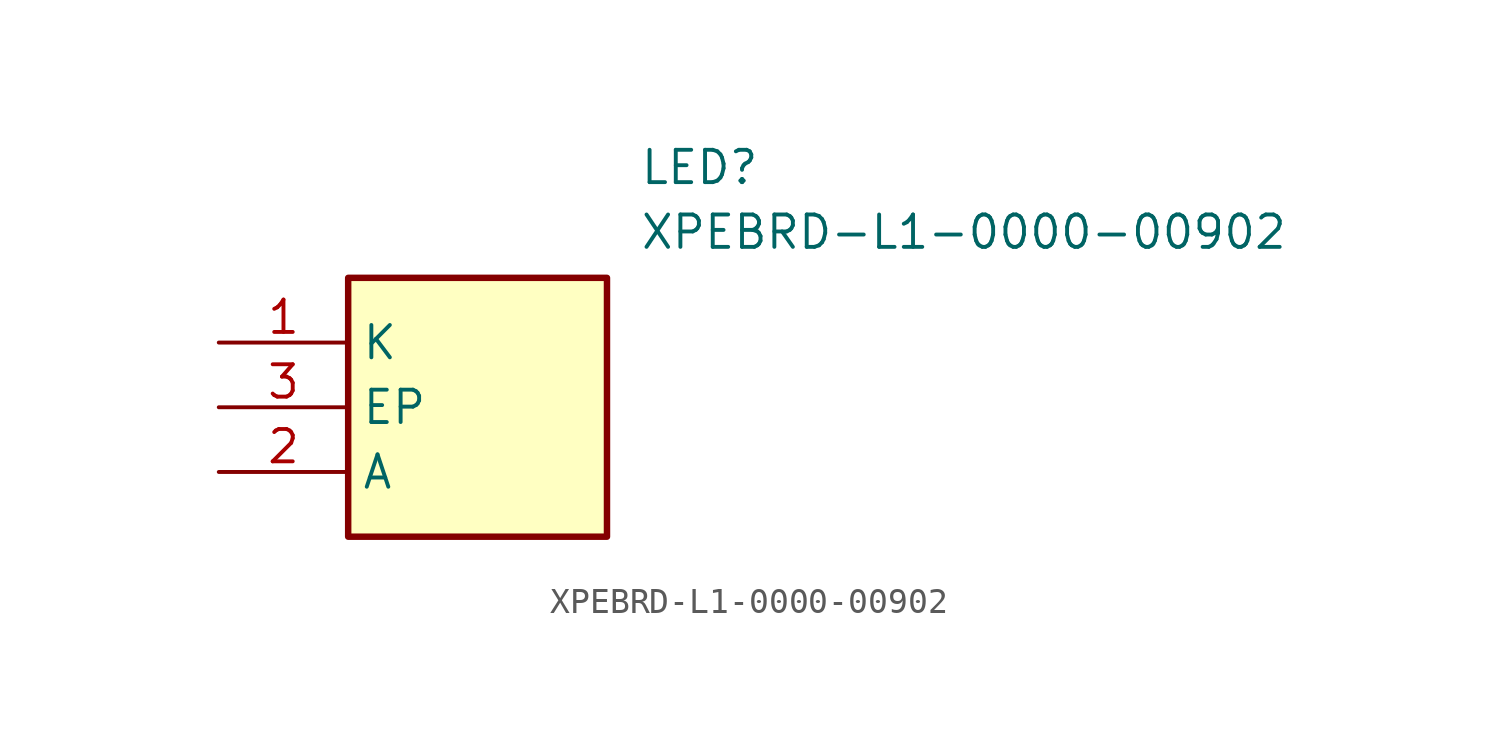
<source format=kicad_sym>
(kicad_symbol_lib
  (version 20211014)
  (generator SamacSys_ECAD_Model)
  (symbol "XPEBRD-L1-0000-00902"
    (property "Reference" "LED"
      (at 16.51 7.62 0)
      (effects (font (size 1.27 1.27)) (justify left top)))
    (property "Value" "XPEBRD-L1-0000-00902"
      (at 16.51 5.08 0)
      (effects (font (size 1.27 1.27)) (justify left top)))
    (rectangle
      (start 5.08 2.54)
      (end 15.24 -7.62)
      (stroke (width 0.254) (type default))
      (fill (type background)))
    (pin passive line
      (at 0 0 0)
      (length 5.08)
      (name "K" (effects (font (size 1.27 1.27))))
      (number "1" (effects (font (size 1.27 1.27)))))
    (pin passive line
      (at 0 -5.08 0)
      (length 5.08)
      (name "A" (effects (font (size 1.27 1.27))))
      (number "2" (effects (font (size 1.27 1.27)))))
    (pin passive line
      (at 0 -2.54 0)
      (length 5.08)
      (name "EP" (effects (font (size 1.27 1.27))))
      (number "3" (effects (font (size 1.27 1.27)))))))
</source>
